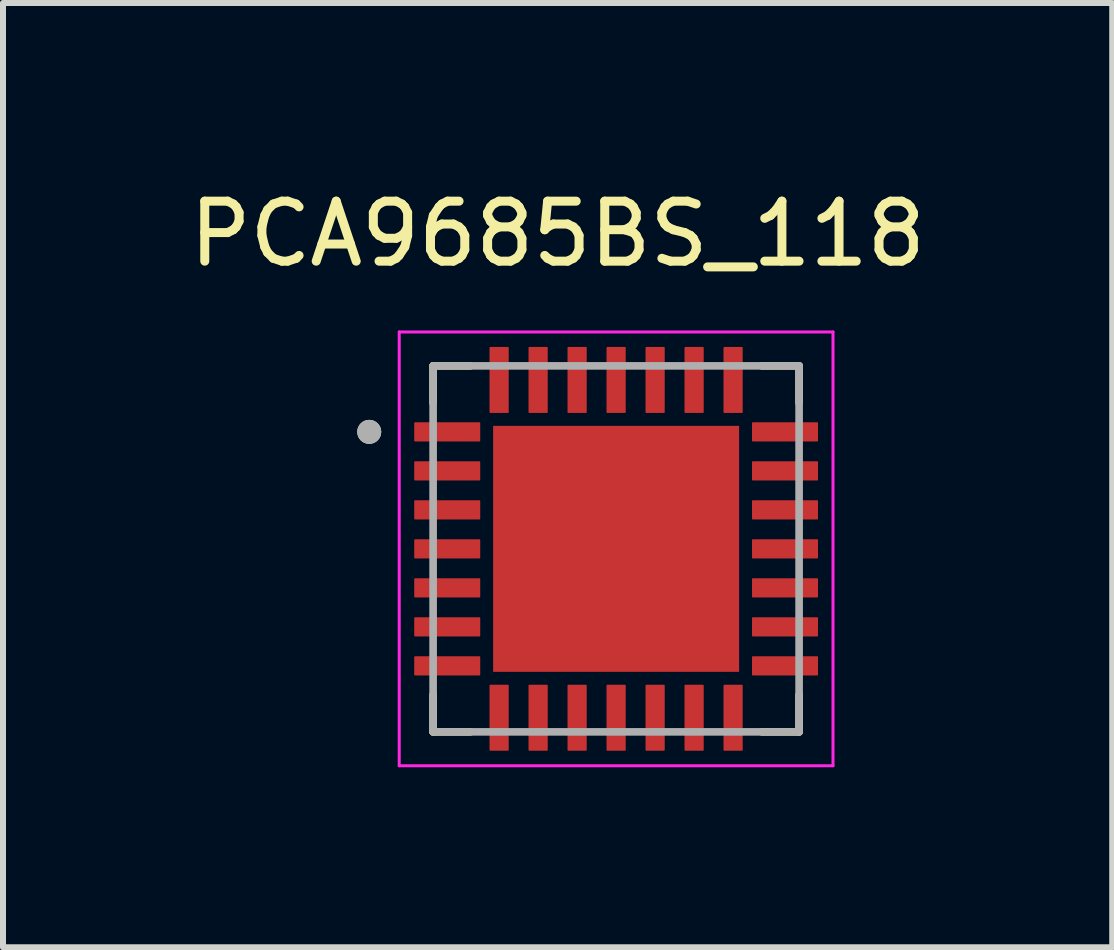
<source format=kicad_pcb>
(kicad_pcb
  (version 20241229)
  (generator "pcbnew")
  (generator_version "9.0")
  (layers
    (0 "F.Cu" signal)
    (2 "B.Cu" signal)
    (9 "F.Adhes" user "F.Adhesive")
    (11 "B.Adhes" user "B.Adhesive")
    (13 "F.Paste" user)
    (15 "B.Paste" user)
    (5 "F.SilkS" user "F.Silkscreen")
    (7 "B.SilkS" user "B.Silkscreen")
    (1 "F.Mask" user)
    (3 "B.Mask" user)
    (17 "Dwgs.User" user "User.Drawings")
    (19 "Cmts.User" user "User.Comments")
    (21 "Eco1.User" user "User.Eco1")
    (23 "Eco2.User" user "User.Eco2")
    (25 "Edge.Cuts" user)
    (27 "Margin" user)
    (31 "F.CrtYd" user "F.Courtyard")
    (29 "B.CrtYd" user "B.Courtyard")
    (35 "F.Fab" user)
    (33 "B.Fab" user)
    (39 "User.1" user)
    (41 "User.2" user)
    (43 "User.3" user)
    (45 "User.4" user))
  (footprint "PCA9685BS_118"
    (layer "F.Cu")
    (at 7.219 6.098)
    (property "Reference" "PCA9685BS_118" (at -0.975 -5.25 0) (layer "F.SilkS") (effects (font (size 1 1) (thickness 0.15))))
    (attr through_hole)
    (fp_line (start -3.05 -3.05) (end -3.05 -2.43) (stroke (width 0.127) (type solid)) (layer "F.SilkS"))
    (fp_line (start -3.05 -3.05) (end -2.43 -3.05) (stroke (width 0.127) (type solid)) (layer "F.SilkS"))
    (fp_line (start -3.05 3.05) (end -3.05 2.43) (stroke (width 0.127) (type solid)) (layer "F.SilkS"))
    (fp_line (start -3.05 3.05) (end -2.43 3.05) (stroke (width 0.127) (type solid)) (layer "F.SilkS"))
    (fp_line (start 3.05 -3.05) (end 2.43 -3.05) (stroke (width 0.127) (type solid)) (layer "F.SilkS"))
    (fp_line (start 3.05 -3.05) (end 3.05 -2.43) (stroke (width 0.127) (type solid)) (layer "F.SilkS"))
    (fp_line (start 3.05 3.05) (end 2.43 3.05) (stroke (width 0.127) (type solid)) (layer "F.SilkS"))
    (fp_line (start 3.05 3.05) (end 3.05 2.43) (stroke (width 0.127) (type solid)) (layer "F.SilkS"))
    (fp_circle (center -4.115 -1.95) (end -4.015 -1.95) (stroke (width 0.2) (type solid)) (fill no) (layer "F.SilkS"))
    (fp_poly (pts (xy -1.675 -1.675) (xy -0.375 -1.675) (xy -0.375 -0.375) (xy -1.675 -0.375)) (stroke (width 0.01) (type solid)) (fill yes) (layer "F.Paste"))
    (fp_poly (pts (xy -1.675 0.375) (xy -0.375 0.375) (xy -0.375 1.675) (xy -1.675 1.675)) (stroke (width 0.01) (type solid)) (fill yes) (layer "F.Paste"))
    (fp_poly (pts (xy 0.375 -1.675) (xy 1.675 -1.675) (xy 1.675 -0.375) (xy 0.375 -0.375)) (stroke (width 0.01) (type solid)) (fill yes) (layer "F.Paste"))
    (fp_poly (pts (xy 0.375 0.375) (xy 1.675 0.375) (xy 1.675 1.675) (xy 0.375 1.675)) (stroke (width 0.01) (type solid)) (fill yes) (layer "F.Paste"))
    (fp_line (start -3.615 -3.615) (end 3.615 -3.615) (stroke (width 0.05) (type solid)) (layer "F.CrtYd"))
    (fp_line (start -3.615 3.615) (end -3.615 -3.615) (stroke (width 0.05) (type solid)) (layer "F.CrtYd"))
    (fp_line (start -3.615 3.615) (end 3.615 3.615) (stroke (width 0.05) (type solid)) (layer "F.CrtYd"))
    (fp_line (start 3.615 3.615) (end 3.615 -3.615) (stroke (width 0.05) (type solid)) (layer "F.CrtYd"))
    (fp_line (start -3.05 3.05) (end -3.05 -3.05) (stroke (width 0.127) (type solid)) (layer "F.Fab"))
    (fp_line (start 3.05 -3.05) (end -3.05 -3.05) (stroke (width 0.127) (type solid)) (layer "F.Fab"))
    (fp_line (start 3.05 3.05) (end -3.05 3.05) (stroke (width 0.127) (type solid)) (layer "F.Fab"))
    (fp_line (start 3.05 3.05) (end 3.05 -3.05) (stroke (width 0.127) (type solid)) (layer "F.Fab"))
    (fp_circle (center -4.115 -1.95) (end -4.015 -1.95) (stroke (width 0.2) (type solid)) (fill no) (layer "F.Fab"))
    (pad "1" smd roundrect (at -2.815 -1.95) (size 1.1 0.32) (layers "F.Cu" "F.Mask" "F.Paste") (roundrect_rratio 0.04))
    (pad "2" smd roundrect (at -2.815 -1.3) (size 1.1 0.32) (layers "F.Cu" "F.Mask" "F.Paste") (roundrect_rratio 0.04))
    (pad "3" smd roundrect (at -2.815 -0.65) (size 1.1 0.32) (layers "F.Cu" "F.Mask" "F.Paste") (roundrect_rratio 0.04))
    (pad "4" smd roundrect (at -2.815 0) (size 1.1 0.32) (layers "F.Cu" "F.Mask" "F.Paste") (roundrect_rratio 0.04))
    (pad "5" smd roundrect (at -2.815 0.65) (size 1.1 0.32) (layers "F.Cu" "F.Mask" "F.Paste") (roundrect_rratio 0.04))
    (pad "6" smd roundrect (at -2.815 1.3) (size 1.1 0.32) (layers "F.Cu" "F.Mask" "F.Paste") (roundrect_rratio 0.04))
    (pad "7" smd roundrect (at -2.815 1.95) (size 1.1 0.32) (layers "F.Cu" "F.Mask" "F.Paste") (roundrect_rratio 0.04))
    (pad "8" smd roundrect (at -1.95 2.815 90) (size 1.1 0.32) (layers "F.Cu" "F.Mask" "F.Paste") (roundrect_rratio 0.04))
    (pad "9" smd roundrect (at -1.3 2.815 90) (size 1.1 0.32) (layers "F.Cu" "F.Mask" "F.Paste") (roundrect_rratio 0.04))
    (pad "10" smd roundrect (at -0.65 2.815 90) (size 1.1 0.32) (layers "F.Cu" "F.Mask" "F.Paste") (roundrect_rratio 0.04))
    (pad "11" smd roundrect (at 0 2.815 90) (size 1.1 0.32) (layers "F.Cu" "F.Mask" "F.Paste") (roundrect_rratio 0.04))
    (pad "12" smd roundrect (at 0.65 2.815 90) (size 1.1 0.32) (layers "F.Cu" "F.Mask" "F.Paste") (roundrect_rratio 0.04))
    (pad "13" smd roundrect (at 1.3 2.815 90) (size 1.1 0.32) (layers "F.Cu" "F.Mask" "F.Paste") (roundrect_rratio 0.04))
    (pad "14" smd roundrect (at 1.95 2.815 90) (size 1.1 0.32) (layers "F.Cu" "F.Mask" "F.Paste") (roundrect_rratio 0.04))
    (pad "15" smd roundrect (at 2.815 1.95) (size 1.1 0.32) (layers "F.Cu" "F.Mask" "F.Paste") (roundrect_rratio 0.04))
    (pad "16" smd roundrect (at 2.815 1.3) (size 1.1 0.32) (layers "F.Cu" "F.Mask" "F.Paste") (roundrect_rratio 0.04))
    (pad "17" smd roundrect (at 2.815 0.65) (size 1.1 0.32) (layers "F.Cu" "F.Mask" "F.Paste") (roundrect_rratio 0.04))
    (pad "18" smd roundrect (at 2.815 0) (size 1.1 0.32) (layers "F.Cu" "F.Mask" "F.Paste") (roundrect_rratio 0.04))
    (pad "19" smd roundrect (at 2.815 -0.65) (size 1.1 0.32) (layers "F.Cu" "F.Mask" "F.Paste") (roundrect_rratio 0.04))
    (pad "20" smd roundrect (at 2.815 -1.3) (size 1.1 0.32) (layers "F.Cu" "F.Mask" "F.Paste") (roundrect_rratio 0.04))
    (pad "21" smd roundrect (at 2.815 -1.95) (size 1.1 0.32) (layers "F.Cu" "F.Mask" "F.Paste") (roundrect_rratio 0.04))
    (pad "22" smd roundrect (at 1.95 -2.815 90) (size 1.1 0.32) (layers "F.Cu" "F.Mask" "F.Paste") (roundrect_rratio 0.04))
    (pad "23" smd roundrect (at 1.3 -2.815 90) (size 1.1 0.32) (layers "F.Cu" "F.Mask" "F.Paste") (roundrect_rratio 0.04))
    (pad "24" smd roundrect (at 0.65 -2.815 90) (size 1.1 0.32) (layers "F.Cu" "F.Mask" "F.Paste") (roundrect_rratio 0.04))
    (pad "25" smd roundrect (at 0 -2.815 90) (size 1.1 0.32) (layers "F.Cu" "F.Mask" "F.Paste") (roundrect_rratio 0.04))
    (pad "26" smd roundrect (at -0.65 -2.815 90) (size 1.1 0.32) (layers "F.Cu" "F.Mask" "F.Paste") (roundrect_rratio 0.04))
    (pad "27" smd roundrect (at -1.3 -2.815 90) (size 1.1 0.32) (layers "F.Cu" "F.Mask" "F.Paste") (roundrect_rratio 0.04))
    (pad "28" smd roundrect (at -1.95 -2.815 90) (size 1.1 0.32) (layers "F.Cu" "F.Mask" "F.Paste") (roundrect_rratio 0.04))
    (pad "29" smd rect (at 0 0) (size 4.1 4.1) (layers "F.Cu" "F.Mask")))
  (gr_rect
    (start -3 -3)
    (end 15.488 12.738)
    (stroke (width 0.1) (type default))
    (fill no)
    (layer "Edge.Cuts")))
</source>
